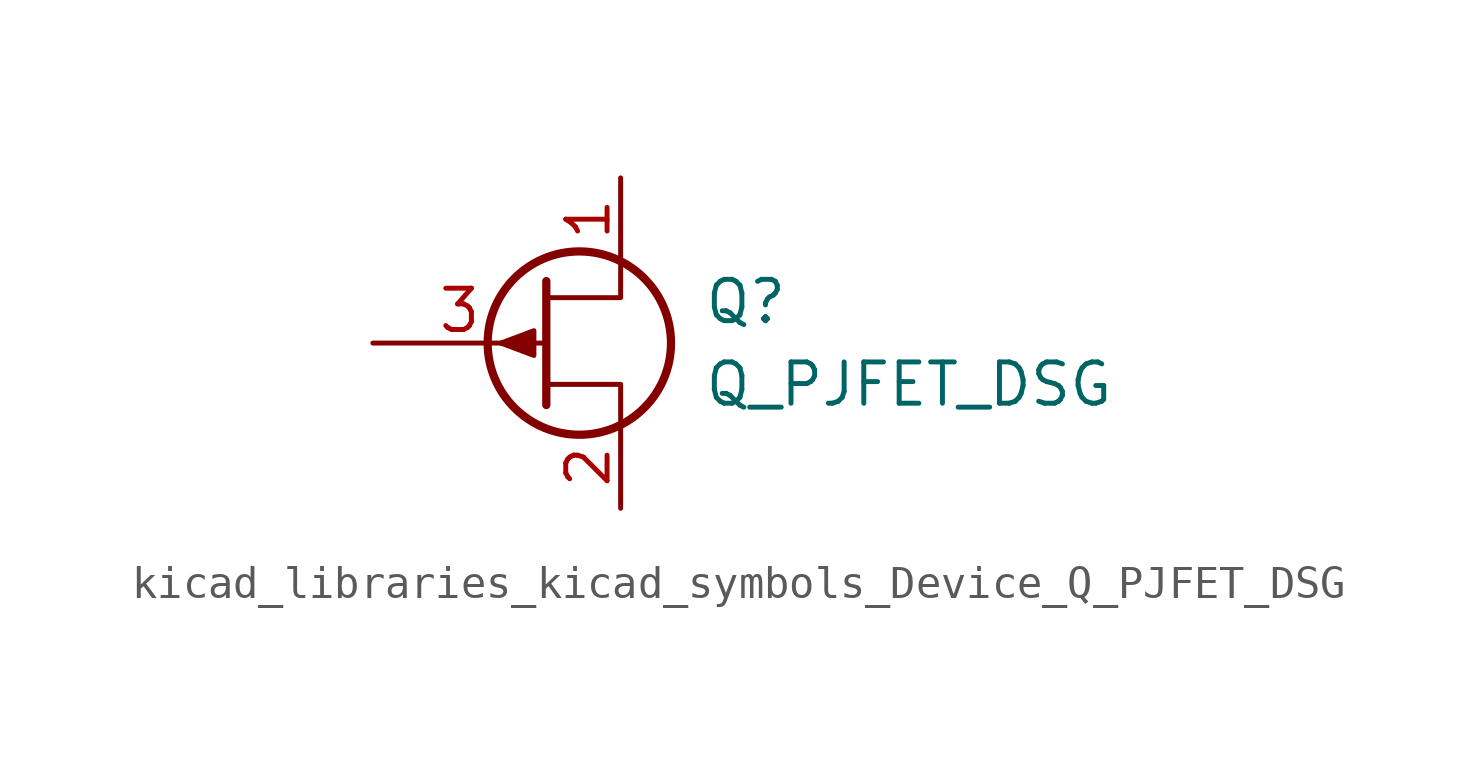
<source format=kicad_sym>
(kicad_symbol_lib
  (version 20220914)
  (generator kicad_symbol_editor)
  (symbol "kicad_libraries_kicad_symbols_Device_Q_PJFET_DSG"
    (pin_names
      (offset 0) hide)
    (property "Reference" "Q"
      (at 5.08 1.27 0)
      (effects (font (size 1.27 1.27)) (justify left)))
    (property "Value" "Q_PJFET_DSG"
      (at 5.08 -1.27 0)
      (effects (font (size 1.27 1.27)) (justify left)))
    (symbol "kicad_libraries_kicad_symbols_Device_Q_PJFET_DSG_0_1"
      (polyline (pts (xy 0.254 1.905) (xy 0.254 -1.905) (xy 0.254 -1.905)) (stroke (width 0.254) (type default)) (fill (type none)))
      (polyline (pts (xy 2.54 -2.54) (xy 2.54 -1.27) (xy 0.254 -1.27)) (stroke (width 0) (type default)) (fill (type none)))
      (polyline (pts (xy 2.54 2.54) (xy 2.54 1.397) (xy 0.254 1.397)) (stroke (width 0) (type default)) (fill (type none)))
      (polyline (pts (xy -1.143 0) (xy -0.127 0.381) (xy -0.127 -0.381) (xy -1.143 0)) (stroke (width 0) (type default)) (fill (type outline)))
      (circle (center 1.27 0) (radius 2.819) (stroke (width 0.254) (type default)) (fill (type none))))
    (symbol "kicad_libraries_kicad_symbols_Device_Q_PJFET_DSG_1_1"
      (pin passive line (at 2.54 5.08 270) (length 2.54) (name "D" (effects (font (size 1.27 1.27)))) (number "1" (effects (font (size 1.27 1.27)))))
      (pin passive line (at 2.54 -5.08 90) (length 2.54) (name "S" (effects (font (size 1.27 1.27)))) (number "2" (effects (font (size 1.27 1.27)))))
      (pin input line (at -5.08 0 0) (length 5.334) (name "G" (effects (font (size 1.27 1.27)))) (number "3" (effects (font (size 1.27 1.27))))))))
</source>
